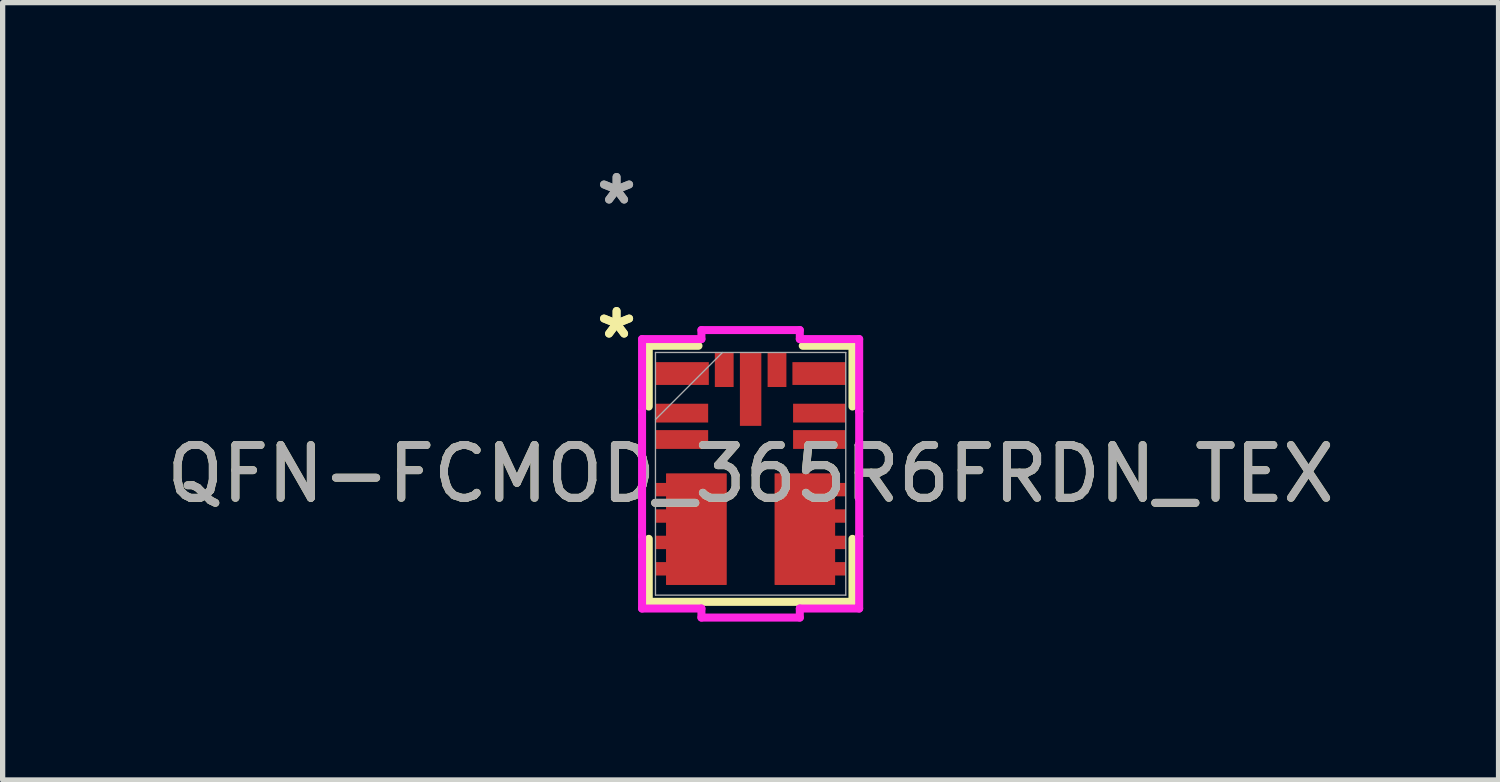
<source format=kicad_pcb>
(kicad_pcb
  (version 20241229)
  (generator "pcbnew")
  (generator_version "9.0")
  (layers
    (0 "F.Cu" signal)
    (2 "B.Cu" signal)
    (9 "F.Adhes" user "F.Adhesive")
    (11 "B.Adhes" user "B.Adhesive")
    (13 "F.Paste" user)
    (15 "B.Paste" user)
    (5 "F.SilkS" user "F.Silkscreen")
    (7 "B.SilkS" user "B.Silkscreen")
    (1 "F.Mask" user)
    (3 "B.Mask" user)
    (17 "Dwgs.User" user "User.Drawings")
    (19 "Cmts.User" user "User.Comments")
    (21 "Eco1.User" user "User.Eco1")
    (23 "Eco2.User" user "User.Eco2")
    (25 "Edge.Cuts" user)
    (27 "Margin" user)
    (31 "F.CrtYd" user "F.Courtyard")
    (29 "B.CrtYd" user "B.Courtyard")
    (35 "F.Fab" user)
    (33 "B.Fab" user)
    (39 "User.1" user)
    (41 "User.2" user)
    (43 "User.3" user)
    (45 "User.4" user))
  (footprint "QFN-FCMOD_365R6FRDN_TEX"
    (layer "F.Cu")
    (at 11.173 5.928)
    (property "Reference" "QFN-FCMOD_365R6FRDN_TEX" (at 0 0 0) (unlocked yes) (layer "F.SilkS") (effects (font (size 1 1) (thickness 0.15))))
    (attr smd)
    (fp_poly (pts (xy -0.457 2.104) (xy -1.6 2.104) (xy -1.6 1.927) (xy -1.804 1.927) (xy -1.804 1.673) (xy -1.6 1.673) (xy -1.6 1.427) (xy -1.804 1.427) (xy -1.804 1.173) (xy -1.6 1.173) (xy -1.6 0.927) (xy -1.804 0.927) (xy -1.804 0.673) (xy -1.6 0.673) (xy -1.6 0.427) (xy -1.804 0.427) (xy -1.804 0.173) (xy -1.6 0.173) (xy -1.6 -0.004) (xy -0.457 -0.004)) (stroke (width 0) (type solid)) (fill yes) (layer "F.Cu"))
    (fp_poly (pts (xy 0.457 2.104) (xy 0.457 -0.004) (xy 1.6 -0.004) (xy 1.6 0.173) (xy 1.804 0.173) (xy 1.804 0.427) (xy 1.6 0.427) (xy 1.6 0.673) (xy 1.804 0.673) (xy 1.804 0.927) (xy 1.6 0.927) (xy 1.6 1.173) (xy 1.804 1.173) (xy 1.804 1.427) (xy 1.6 1.427) (xy 1.6 1.673) (xy 1.804 1.673) (xy 1.804 1.927) (xy 1.6 1.927) (xy 1.6 2.104)) (stroke (width 0) (type solid)) (fill yes) (layer "F.Cu"))
    (fp_poly (pts (xy -0.457 2.104) (xy -1.6 2.104) (xy -1.6 1.927) (xy -1.804 1.927) (xy -1.804 1.673) (xy -1.6 1.673) (xy -1.6 1.427) (xy -1.804 1.427) (xy -1.804 1.173) (xy -1.6 1.173) (xy -1.6 0.927) (xy -1.804 0.927) (xy -1.804 0.673) (xy -1.6 0.673) (xy -1.6 0.427) (xy -1.804 0.427) (xy -1.804 0.173) (xy -1.6 0.173) (xy -1.6 -0.004) (xy -0.457 -0.004)) (stroke (width 0) (type solid)) (fill yes) (layer "F.Mask"))
    (fp_poly (pts (xy 0.457 2.104) (xy 0.457 -0.004) (xy 1.6 -0.004) (xy 1.6 0.173) (xy 1.804 0.173) (xy 1.804 0.427) (xy 1.6 0.427) (xy 1.6 0.673) (xy 1.804 0.673) (xy 1.804 0.927) (xy 1.6 0.927) (xy 1.6 1.173) (xy 1.804 1.173) (xy 1.804 1.427) (xy 1.6 1.427) (xy 1.6 1.673) (xy 1.804 1.673) (xy 1.804 1.927) (xy 1.6 1.927) (xy 1.6 2.104)) (stroke (width 0) (type solid)) (fill yes) (layer "F.Mask"))
    (fp_line (start -1.93 -2.426) (end -1.93 -1.275) (stroke (width 0.152) (type solid)) (layer "F.SilkS"))
    (fp_line (start -1.93 1.232) (end -1.93 2.426) (stroke (width 0.152) (type solid)) (layer "F.SilkS"))
    (fp_line (start -1.93 2.426) (end 1.93 2.426) (stroke (width 0.152) (type solid)) (layer "F.SilkS"))
    (fp_line (start -0.988 -2.426) (end -1.93 -2.426) (stroke (width 0.152) (type solid)) (layer "F.SilkS"))
    (fp_line (start 1.93 -2.426) (end 0.988 -2.426) (stroke (width 0.152) (type solid)) (layer "F.SilkS"))
    (fp_line (start 1.93 -1.275) (end 1.93 -2.426) (stroke (width 0.152) (type solid)) (layer "F.SilkS"))
    (fp_line (start 1.93 2.426) (end 1.93 1.232) (stroke (width 0.152) (type solid)) (layer "F.SilkS"))
    (fp_poly (pts (xy -0.457 2.104) (xy -1.6 2.104) (xy -1.6 1.927) (xy -1.804 1.927) (xy -1.804 1.673) (xy -1.6 1.673) (xy -1.6 1.427) (xy -1.804 1.427) (xy -1.804 1.173) (xy -1.6 1.173) (xy -1.6 0.927) (xy -1.804 0.927) (xy -1.804 0.673) (xy -1.6 0.673) (xy -1.6 0.427) (xy -1.804 0.427) (xy -1.804 0.173) (xy -1.6 0.173) (xy -1.6 -0.004) (xy -0.457 -0.004)) (stroke (width 0) (type solid)) (fill yes) (layer "F.Paste"))
    (fp_poly (pts (xy 0.457 2.104) (xy 0.457 -0.004) (xy 1.6 -0.004) (xy 1.6 0.173) (xy 1.804 0.173) (xy 1.804 0.427) (xy 1.6 0.427) (xy 1.6 0.673) (xy 1.804 0.673) (xy 1.804 0.927) (xy 1.6 0.927) (xy 1.6 1.173) (xy 1.804 1.173) (xy 1.804 1.427) (xy 1.6 1.427) (xy 1.6 1.673) (xy 1.804 1.673) (xy 1.804 1.927) (xy 1.6 1.927) (xy 1.6 2.104)) (stroke (width 0) (type solid)) (fill yes) (layer "F.Paste"))
    (fp_line (start -2.057 -2.553) (end -0.932 -2.553) (stroke (width 0.152) (type solid)) (layer "F.CrtYd"))
    (fp_line (start -2.057 -1.182) (end -2.057 -2.553) (stroke (width 0.152) (type solid)) (layer "F.CrtYd"))
    (fp_line (start -2.057 -1.182) (end -2.057 -1.182) (stroke (width 0.152) (type solid)) (layer "F.CrtYd"))
    (fp_line (start -2.057 1.182) (end -2.057 -1.182) (stroke (width 0.152) (type solid)) (layer "F.CrtYd"))
    (fp_line (start -2.057 1.182) (end -2.057 1.182) (stroke (width 0.152) (type solid)) (layer "F.CrtYd"))
    (fp_line (start -2.057 2.553) (end -2.057 1.182) (stroke (width 0.152) (type solid)) (layer "F.CrtYd"))
    (fp_line (start -0.932 -2.724) (end 0.932 -2.724) (stroke (width 0.152) (type solid)) (layer "F.CrtYd"))
    (fp_line (start -0.932 -2.553) (end -0.932 -2.724) (stroke (width 0.152) (type solid)) (layer "F.CrtYd"))
    (fp_line (start -0.932 2.553) (end -2.057 2.553) (stroke (width 0.152) (type solid)) (layer "F.CrtYd"))
    (fp_line (start -0.932 2.724) (end -0.932 2.553) (stroke (width 0.152) (type solid)) (layer "F.CrtYd"))
    (fp_line (start 0.932 -2.724) (end 0.932 -2.553) (stroke (width 0.152) (type solid)) (layer "F.CrtYd"))
    (fp_line (start 0.932 -2.553) (end 2.057 -2.553) (stroke (width 0.152) (type solid)) (layer "F.CrtYd"))
    (fp_line (start 0.932 2.553) (end 0.932 2.724) (stroke (width 0.152) (type solid)) (layer "F.CrtYd"))
    (fp_line (start 0.932 2.724) (end -0.932 2.724) (stroke (width 0.152) (type solid)) (layer "F.CrtYd"))
    (fp_line (start 2.057 -2.553) (end 2.057 -1.182) (stroke (width 0.152) (type solid)) (layer "F.CrtYd"))
    (fp_line (start 2.057 -1.182) (end 2.057 -1.182) (stroke (width 0.152) (type solid)) (layer "F.CrtYd"))
    (fp_line (start 2.057 -1.182) (end 2.057 1.182) (stroke (width 0.152) (type solid)) (layer "F.CrtYd"))
    (fp_line (start 2.057 1.182) (end 2.057 1.182) (stroke (width 0.152) (type solid)) (layer "F.CrtYd"))
    (fp_line (start 2.057 1.182) (end 2.057 2.553) (stroke (width 0.152) (type solid)) (layer "F.CrtYd"))
    (fp_line (start 2.057 2.553) (end 0.932 2.553) (stroke (width 0.152) (type solid)) (layer "F.CrtYd"))
    (fp_line (start -1.803 -2.299) (end -1.803 2.299) (stroke (width 0.025) (type solid)) (layer "F.Fab"))
    (fp_line (start -1.803 -1.029) (end -0.533 -2.299) (stroke (width 0.025) (type solid)) (layer "F.Fab"))
    (fp_line (start -1.803 2.299) (end 1.803 2.299) (stroke (width 0.025) (type solid)) (layer "F.Fab"))
    (fp_line (start 1.803 -2.299) (end -1.803 -2.299) (stroke (width 0.025) (type solid)) (layer "F.Fab"))
    (fp_line (start 1.803 2.299) (end 1.803 -2.299) (stroke (width 0.025) (type solid)) (layer "F.Fab"))
    (fp_text user "*" (at -2.54 -2.54 0) (layer "F.SilkS") (effects (font (size 1 1) (thickness 0.15))))
    (fp_text user "*" (at -2.54 -2.54 0) (unlocked yes) (layer "F.SilkS") (effects (font (size 1 1) (thickness 0.15))))
    (fp_text user "*" (at -2.54 -5.08 0) (layer "F.Fab") (effects (font (size 1 1) (thickness 0.15))))
    (fp_text user "*" (at -2.54 -5.08 0) (unlocked yes) (layer "F.Fab") (effects (font (size 1 1) (thickness 0.15))))
    (fp_text user "${REFERENCE}" (at 0 0 0) (unlocked yes) (layer "F.Fab") (effects (font (size 1 1) (thickness 0.15))))
    (pad "1" smd rect (at -1.3 -1.9) (size 1.016 0.432) (layers "F.Cu" "F.Mask" "F.Paste"))
    (pad "2" smd rect (at -1.3 -1.15) (size 0.991 0.356) (layers "F.Cu" "F.Mask" "F.Paste"))
    (pad "3" smd rect (at -1.3 -0.65) (size 0.991 0.356) (layers "F.Cu" "F.Mask" "F.Paste"))
    (pad "4" smd rect (at -1.029 1.05) (size 1.143 2.108) (layers "F.Cu" "F.Mask" "F.Paste"))
    (pad "5" smd rect (at 1.029 1.05) (size 1.143 2.108) (layers "F.Cu" "F.Mask" "F.Paste"))
    (pad "6" smd rect (at 1.3 -0.65) (size 0.991 0.356) (layers "F.Cu" "F.Mask" "F.Paste"))
    (pad "7" smd rect (at 1.3 -1.15) (size 0.991 0.356) (layers "F.Cu" "F.Mask" "F.Paste"))
    (pad "8" smd rect (at 1.3 -1.9) (size 1.016 0.432) (layers "F.Cu" "F.Mask" "F.Paste"))
    (pad "9" smd rect (at 0.5 -1.975 90) (size 0.66 0.356) (layers "F.Cu" "F.Mask" "F.Paste"))
    (pad "10" smd rect (at 0 -1.607 90) (size 1.397 0.406) (layers "F.Cu" "F.Mask" "F.Paste"))
    (pad "11" smd rect (at -0.5 -1.975 90) (size 0.66 0.356) (layers "F.Cu" "F.Mask" "F.Paste")))
  (gr_rect
    (start -3 -3)
    (end 25.345 11.729)
    (stroke (width 0.1) (type default))
    (fill no)
    (layer "Edge.Cuts")))
</source>
